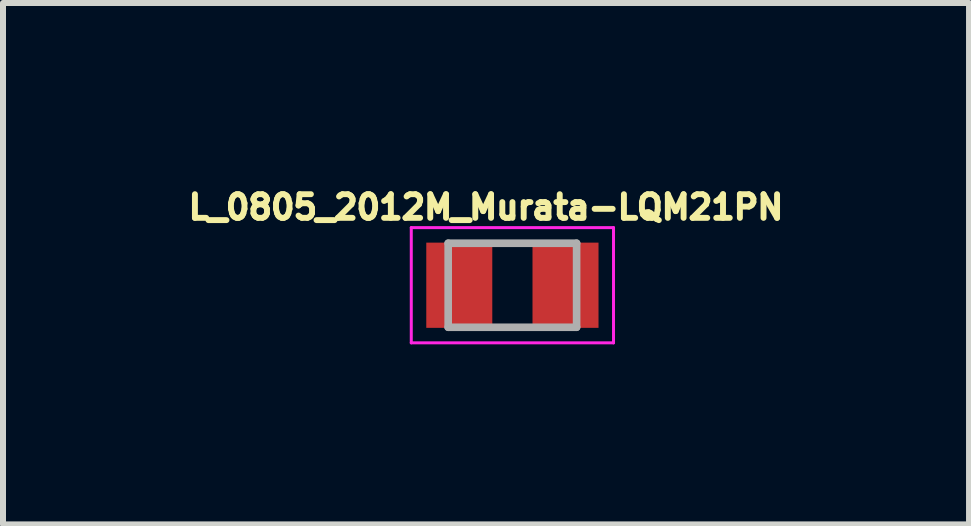
<source format=kicad_pcb>
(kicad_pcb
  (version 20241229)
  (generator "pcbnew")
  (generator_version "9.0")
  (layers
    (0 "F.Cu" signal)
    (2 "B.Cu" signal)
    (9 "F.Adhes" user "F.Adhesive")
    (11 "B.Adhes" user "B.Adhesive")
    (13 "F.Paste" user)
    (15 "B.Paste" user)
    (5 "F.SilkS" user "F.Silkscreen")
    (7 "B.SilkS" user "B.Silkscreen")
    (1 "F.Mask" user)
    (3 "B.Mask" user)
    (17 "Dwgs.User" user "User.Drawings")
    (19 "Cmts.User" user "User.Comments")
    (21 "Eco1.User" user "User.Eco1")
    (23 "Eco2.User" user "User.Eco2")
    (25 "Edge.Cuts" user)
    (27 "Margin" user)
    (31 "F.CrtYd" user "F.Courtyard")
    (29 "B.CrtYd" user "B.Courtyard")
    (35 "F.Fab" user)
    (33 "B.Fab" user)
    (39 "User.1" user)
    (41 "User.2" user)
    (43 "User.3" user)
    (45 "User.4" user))
  (footprint "L_0805_2012M_Murata-LQM21PN"
    (layer "F.Cu")
    (at 5.488 1.703)
    (property "Reference" "L_0805_2012M_Murata-LQM21PN" (at -0.44 -1.3 0) (layer "F.SilkS") (effects (font (size 0.394 0.394) (thickness 0.15))))
    (attr smd)
    (fp_line (start -1.685 -0.96) (end 1.685 -0.96) (stroke (width 0.05) (type solid)) (layer "F.CrtYd"))
    (fp_line (start -1.685 0.96) (end -1.685 -0.96) (stroke (width 0.05) (type solid)) (layer "F.CrtYd"))
    (fp_line (start -1.685 0.96) (end 1.685 0.96) (stroke (width 0.05) (type solid)) (layer "F.CrtYd"))
    (fp_line (start 1.685 0.96) (end 1.685 -0.96) (stroke (width 0.05) (type solid)) (layer "F.CrtYd"))
    (fp_line (start -1.07 0.7) (end -1.07 -0.7) (stroke (width 0.127) (type solid)) (layer "F.Fab"))
    (fp_line (start 1.07 -0.7) (end -1.07 -0.7) (stroke (width 0.127) (type solid)) (layer "F.Fab"))
    (fp_line (start 1.07 0.7) (end -1.07 0.7) (stroke (width 0.127) (type solid)) (layer "F.Fab"))
    (fp_line (start 1.07 0.7) (end 1.07 -0.7) (stroke (width 0.127) (type solid)) (layer "F.Fab"))
    (pad "1" smd rect (at -0.885 0) (size 1.1 1.42) (layers "F.Cu" "F.Mask" "F.Paste"))
    (pad "2" smd rect (at 0.885 0) (size 1.1 1.42) (layers "F.Cu" "F.Mask" "F.Paste")))
  (gr_rect
    (start -3 -3)
    (end 13.097 5.688)
    (stroke (width 0.1) (type default))
    (fill no)
    (layer "Edge.Cuts")))
</source>
